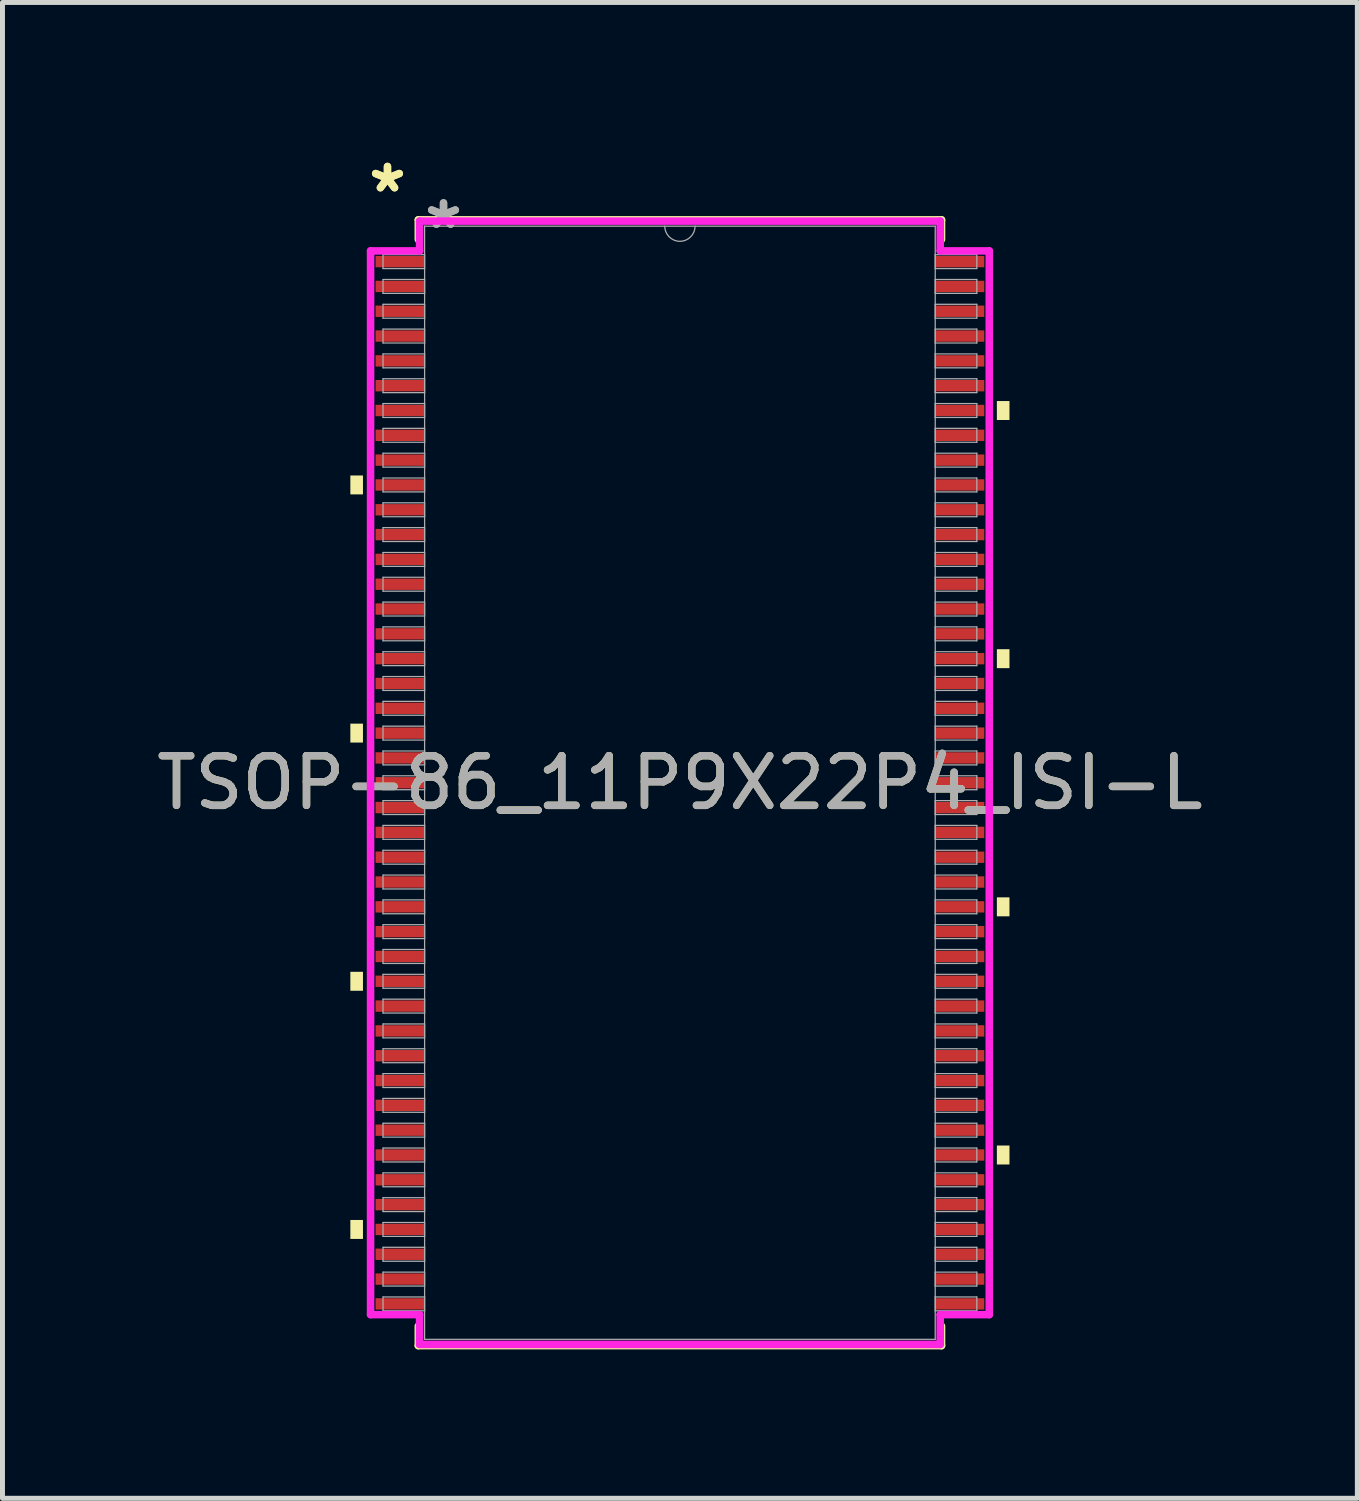
<source format=kicad_pcb>
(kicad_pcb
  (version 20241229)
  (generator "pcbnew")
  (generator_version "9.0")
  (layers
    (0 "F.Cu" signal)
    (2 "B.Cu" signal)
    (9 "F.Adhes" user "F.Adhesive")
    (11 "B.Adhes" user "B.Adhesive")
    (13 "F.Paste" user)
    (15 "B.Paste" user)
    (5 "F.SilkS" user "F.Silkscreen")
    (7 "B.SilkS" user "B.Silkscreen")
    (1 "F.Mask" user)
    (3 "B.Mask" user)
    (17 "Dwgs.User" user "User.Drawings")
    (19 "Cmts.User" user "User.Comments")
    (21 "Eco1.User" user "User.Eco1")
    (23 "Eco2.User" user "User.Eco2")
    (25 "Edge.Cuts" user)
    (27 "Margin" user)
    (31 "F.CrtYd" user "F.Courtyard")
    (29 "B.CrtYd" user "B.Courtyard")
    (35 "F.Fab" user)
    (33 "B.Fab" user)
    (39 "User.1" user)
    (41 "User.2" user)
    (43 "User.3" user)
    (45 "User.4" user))
  (footprint "TSOP-86_11P9X22P4_ISI-L"
    (layer "F.Cu")
    (at 10.649 12.721)
    (property "Reference" "TSOP-86_11P9X22P4_ISI-L" (at 0 0 0) (unlocked yes) (layer "F.SilkS") (effects (font (size 1 1) (thickness 0.15))))
    (attr smd)
    (fp_line (start -5.271 -11.341) (end -5.271 -10.947) (stroke (width 0.152) (type solid)) (layer "F.SilkS"))
    (fp_line (start -5.271 10.947) (end -5.271 11.341) (stroke (width 0.152) (type solid)) (layer "F.SilkS"))
    (fp_line (start -5.271 11.341) (end 5.271 11.341) (stroke (width 0.152) (type solid)) (layer "F.SilkS"))
    (fp_line (start 5.271 -11.341) (end -5.271 -11.341) (stroke (width 0.152) (type solid)) (layer "F.SilkS"))
    (fp_line (start 5.271 -10.947) (end 5.271 -11.341) (stroke (width 0.152) (type solid)) (layer "F.SilkS"))
    (fp_line (start 5.271 11.341) (end 5.271 10.947) (stroke (width 0.152) (type solid)) (layer "F.SilkS"))
    (fp_poly (pts (xy -6.64 -6.191) (xy -6.64 -5.81) (xy -6.386 -5.81) (xy -6.386 -6.191)) (stroke (width 0) (type solid)) (fill yes) (layer "F.SilkS"))
    (fp_poly (pts (xy -6.64 -1.191) (xy -6.64 -0.81) (xy -6.386 -0.81) (xy -6.386 -1.191)) (stroke (width 0) (type solid)) (fill yes) (layer "F.SilkS"))
    (fp_poly (pts (xy -6.64 3.809) (xy -6.64 4.191) (xy -6.386 4.191) (xy -6.386 3.809)) (stroke (width 0) (type solid)) (fill yes) (layer "F.SilkS"))
    (fp_poly (pts (xy -6.64 8.809) (xy -6.64 9.191) (xy -6.386 9.191) (xy -6.386 8.809)) (stroke (width 0) (type solid)) (fill yes) (layer "F.SilkS"))
    (fp_poly (pts (xy 6.64 -7.691) (xy 6.64 -7.309) (xy 6.386 -7.309) (xy 6.386 -7.691)) (stroke (width 0) (type solid)) (fill yes) (layer "F.SilkS"))
    (fp_poly (pts (xy 6.64 -2.691) (xy 6.64 -2.309) (xy 6.386 -2.309) (xy 6.386 -2.691)) (stroke (width 0) (type solid)) (fill yes) (layer "F.SilkS"))
    (fp_poly (pts (xy 6.64 2.309) (xy 6.64 2.691) (xy 6.386 2.691) (xy 6.386 2.309)) (stroke (width 0) (type solid)) (fill yes) (layer "F.SilkS"))
    (fp_poly (pts (xy 6.64 7.309) (xy 6.64 7.691) (xy 6.386 7.691) (xy 6.386 7.309)) (stroke (width 0) (type solid)) (fill yes) (layer "F.SilkS"))
    (fp_line (start -6.233 -10.716) (end -5.245 -10.716) (stroke (width 0.152) (type solid)) (layer "F.CrtYd"))
    (fp_line (start -6.233 10.716) (end -6.233 -10.716) (stroke (width 0.152) (type solid)) (layer "F.CrtYd"))
    (fp_line (start -6.233 10.716) (end -5.245 10.716) (stroke (width 0.152) (type solid)) (layer "F.CrtYd"))
    (fp_line (start -5.245 -11.316) (end 5.245 -11.316) (stroke (width 0.152) (type solid)) (layer "F.CrtYd"))
    (fp_line (start -5.245 -10.716) (end -5.245 -11.316) (stroke (width 0.152) (type solid)) (layer "F.CrtYd"))
    (fp_line (start -5.245 11.316) (end -5.245 10.716) (stroke (width 0.152) (type solid)) (layer "F.CrtYd"))
    (fp_line (start 5.245 -11.316) (end 5.245 -10.716) (stroke (width 0.152) (type solid)) (layer "F.CrtYd"))
    (fp_line (start 5.245 10.716) (end 5.245 11.316) (stroke (width 0.152) (type solid)) (layer "F.CrtYd"))
    (fp_line (start 5.245 11.316) (end -5.245 11.316) (stroke (width 0.152) (type solid)) (layer "F.CrtYd"))
    (fp_line (start 6.233 -10.716) (end 5.245 -10.716) (stroke (width 0.152) (type solid)) (layer "F.CrtYd"))
    (fp_line (start 6.233 -10.716) (end 6.233 10.716) (stroke (width 0.152) (type solid)) (layer "F.CrtYd"))
    (fp_line (start 6.233 10.716) (end 5.245 10.716) (stroke (width 0.152) (type solid)) (layer "F.CrtYd"))
    (fp_line (start -5.982 -10.64) (end -5.982 -10.36) (stroke (width 0.025) (type solid)) (layer "F.Fab"))
    (fp_line (start -5.982 -10.36) (end -5.144 -10.36) (stroke (width 0.025) (type solid)) (layer "F.Fab"))
    (fp_line (start -5.982 -10.14) (end -5.982 -9.86) (stroke (width 0.025) (type solid)) (layer "F.Fab"))
    (fp_line (start -5.982 -9.86) (end -5.144 -9.86) (stroke (width 0.025) (type solid)) (layer "F.Fab"))
    (fp_line (start -5.982 -9.64) (end -5.982 -9.36) (stroke (width 0.025) (type solid)) (layer "F.Fab"))
    (fp_line (start -5.982 -9.36) (end -5.144 -9.36) (stroke (width 0.025) (type solid)) (layer "F.Fab"))
    (fp_line (start -5.982 -9.14) (end -5.982 -8.86) (stroke (width 0.025) (type solid)) (layer "F.Fab"))
    (fp_line (start -5.982 -8.86) (end -5.144 -8.86) (stroke (width 0.025) (type solid)) (layer "F.Fab"))
    (fp_line (start -5.982 -8.64) (end -5.982 -8.36) (stroke (width 0.025) (type solid)) (layer "F.Fab"))
    (fp_line (start -5.982 -8.36) (end -5.144 -8.36) (stroke (width 0.025) (type solid)) (layer "F.Fab"))
    (fp_line (start -5.982 -8.14) (end -5.982 -7.86) (stroke (width 0.025) (type solid)) (layer "F.Fab"))
    (fp_line (start -5.982 -7.86) (end -5.144 -7.86) (stroke (width 0.025) (type solid)) (layer "F.Fab"))
    (fp_line (start -5.982 -7.64) (end -5.982 -7.36) (stroke (width 0.025) (type solid)) (layer "F.Fab"))
    (fp_line (start -5.982 -7.36) (end -5.144 -7.36) (stroke (width 0.025) (type solid)) (layer "F.Fab"))
    (fp_line (start -5.982 -7.14) (end -5.982 -6.86) (stroke (width 0.025) (type solid)) (layer "F.Fab"))
    (fp_line (start -5.982 -6.86) (end -5.144 -6.86) (stroke (width 0.025) (type solid)) (layer "F.Fab"))
    (fp_line (start -5.982 -6.64) (end -5.982 -6.36) (stroke (width 0.025) (type solid)) (layer "F.Fab"))
    (fp_line (start -5.982 -6.36) (end -5.144 -6.36) (stroke (width 0.025) (type solid)) (layer "F.Fab"))
    (fp_line (start -5.982 -6.14) (end -5.982 -5.86) (stroke (width 0.025) (type solid)) (layer "F.Fab"))
    (fp_line (start -5.982 -5.86) (end -5.144 -5.86) (stroke (width 0.025) (type solid)) (layer "F.Fab"))
    (fp_line (start -5.982 -5.64) (end -5.982 -5.36) (stroke (width 0.025) (type solid)) (layer "F.Fab"))
    (fp_line (start -5.982 -5.36) (end -5.144 -5.36) (stroke (width 0.025) (type solid)) (layer "F.Fab"))
    (fp_line (start -5.982 -5.14) (end -5.982 -4.86) (stroke (width 0.025) (type solid)) (layer "F.Fab"))
    (fp_line (start -5.982 -4.86) (end -5.144 -4.86) (stroke (width 0.025) (type solid)) (layer "F.Fab"))
    (fp_line (start -5.982 -4.64) (end -5.982 -4.36) (stroke (width 0.025) (type solid)) (layer "F.Fab"))
    (fp_line (start -5.982 -4.36) (end -5.144 -4.36) (stroke (width 0.025) (type solid)) (layer "F.Fab"))
    (fp_line (start -5.982 -4.14) (end -5.982 -3.86) (stroke (width 0.025) (type solid)) (layer "F.Fab"))
    (fp_line (start -5.982 -3.86) (end -5.144 -3.86) (stroke (width 0.025) (type solid)) (layer "F.Fab"))
    (fp_line (start -5.982 -3.64) (end -5.982 -3.36) (stroke (width 0.025) (type solid)) (layer "F.Fab"))
    (fp_line (start -5.982 -3.36) (end -5.144 -3.36) (stroke (width 0.025) (type solid)) (layer "F.Fab"))
    (fp_line (start -5.982 -3.14) (end -5.982 -2.86) (stroke (width 0.025) (type solid)) (layer "F.Fab"))
    (fp_line (start -5.982 -2.86) (end -5.144 -2.86) (stroke (width 0.025) (type solid)) (layer "F.Fab"))
    (fp_line (start -5.982 -2.64) (end -5.982 -2.36) (stroke (width 0.025) (type solid)) (layer "F.Fab"))
    (fp_line (start -5.982 -2.36) (end -5.144 -2.36) (stroke (width 0.025) (type solid)) (layer "F.Fab"))
    (fp_line (start -5.982 -2.14) (end -5.982 -1.86) (stroke (width 0.025) (type solid)) (layer "F.Fab"))
    (fp_line (start -5.982 -1.86) (end -5.144 -1.86) (stroke (width 0.025) (type solid)) (layer "F.Fab"))
    (fp_line (start -5.982 -1.64) (end -5.982 -1.36) (stroke (width 0.025) (type solid)) (layer "F.Fab"))
    (fp_line (start -5.982 -1.36) (end -5.144 -1.36) (stroke (width 0.025) (type solid)) (layer "F.Fab"))
    (fp_line (start -5.982 -1.14) (end -5.982 -0.86) (stroke (width 0.025) (type solid)) (layer "F.Fab"))
    (fp_line (start -5.982 -0.86) (end -5.144 -0.86) (stroke (width 0.025) (type solid)) (layer "F.Fab"))
    (fp_line (start -5.982 -0.64) (end -5.982 -0.36) (stroke (width 0.025) (type solid)) (layer "F.Fab"))
    (fp_line (start -5.982 -0.36) (end -5.144 -0.36) (stroke (width 0.025) (type solid)) (layer "F.Fab"))
    (fp_line (start -5.982 -0.14) (end -5.982 0.14) (stroke (width 0.025) (type solid)) (layer "F.Fab"))
    (fp_line (start -5.982 0.14) (end -5.144 0.14) (stroke (width 0.025) (type solid)) (layer "F.Fab"))
    (fp_line (start -5.982 0.36) (end -5.982 0.64) (stroke (width 0.025) (type solid)) (layer "F.Fab"))
    (fp_line (start -5.982 0.64) (end -5.144 0.64) (stroke (width 0.025) (type solid)) (layer "F.Fab"))
    (fp_line (start -5.982 0.86) (end -5.982 1.14) (stroke (width 0.025) (type solid)) (layer "F.Fab"))
    (fp_line (start -5.982 1.14) (end -5.144 1.14) (stroke (width 0.025) (type solid)) (layer "F.Fab"))
    (fp_line (start -5.982 1.36) (end -5.982 1.64) (stroke (width 0.025) (type solid)) (layer "F.Fab"))
    (fp_line (start -5.982 1.64) (end -5.144 1.64) (stroke (width 0.025) (type solid)) (layer "F.Fab"))
    (fp_line (start -5.982 1.86) (end -5.982 2.14) (stroke (width 0.025) (type solid)) (layer "F.Fab"))
    (fp_line (start -5.982 2.14) (end -5.144 2.14) (stroke (width 0.025) (type solid)) (layer "F.Fab"))
    (fp_line (start -5.982 2.36) (end -5.982 2.64) (stroke (width 0.025) (type solid)) (layer "F.Fab"))
    (fp_line (start -5.982 2.64) (end -5.144 2.64) (stroke (width 0.025) (type solid)) (layer "F.Fab"))
    (fp_line (start -5.982 2.86) (end -5.982 3.14) (stroke (width 0.025) (type solid)) (layer "F.Fab"))
    (fp_line (start -5.982 3.14) (end -5.144 3.14) (stroke (width 0.025) (type solid)) (layer "F.Fab"))
    (fp_line (start -5.982 3.36) (end -5.982 3.64) (stroke (width 0.025) (type solid)) (layer "F.Fab"))
    (fp_line (start -5.982 3.64) (end -5.144 3.64) (stroke (width 0.025) (type solid)) (layer "F.Fab"))
    (fp_line (start -5.982 3.86) (end -5.982 4.14) (stroke (width 0.025) (type solid)) (layer "F.Fab"))
    (fp_line (start -5.982 4.14) (end -5.144 4.14) (stroke (width 0.025) (type solid)) (layer "F.Fab"))
    (fp_line (start -5.982 4.36) (end -5.982 4.64) (stroke (width 0.025) (type solid)) (layer "F.Fab"))
    (fp_line (start -5.982 4.64) (end -5.144 4.64) (stroke (width 0.025) (type solid)) (layer "F.Fab"))
    (fp_line (start -5.982 4.86) (end -5.982 5.14) (stroke (width 0.025) (type solid)) (layer "F.Fab"))
    (fp_line (start -5.982 5.14) (end -5.144 5.14) (stroke (width 0.025) (type solid)) (layer "F.Fab"))
    (fp_line (start -5.982 5.36) (end -5.982 5.64) (stroke (width 0.025) (type solid)) (layer "F.Fab"))
    (fp_line (start -5.982 5.64) (end -5.144 5.64) (stroke (width 0.025) (type solid)) (layer "F.Fab"))
    (fp_line (start -5.982 5.86) (end -5.982 6.14) (stroke (width 0.025) (type solid)) (layer "F.Fab"))
    (fp_line (start -5.982 6.14) (end -5.144 6.14) (stroke (width 0.025) (type solid)) (layer "F.Fab"))
    (fp_line (start -5.982 6.36) (end -5.982 6.64) (stroke (width 0.025) (type solid)) (layer "F.Fab"))
    (fp_line (start -5.982 6.64) (end -5.144 6.64) (stroke (width 0.025) (type solid)) (layer "F.Fab"))
    (fp_line (start -5.982 6.86) (end -5.982 7.14) (stroke (width 0.025) (type solid)) (layer "F.Fab"))
    (fp_line (start -5.982 7.14) (end -5.144 7.14) (stroke (width 0.025) (type solid)) (layer "F.Fab"))
    (fp_line (start -5.982 7.36) (end -5.982 7.64) (stroke (width 0.025) (type solid)) (layer "F.Fab"))
    (fp_line (start -5.982 7.64) (end -5.144 7.64) (stroke (width 0.025) (type solid)) (layer "F.Fab"))
    (fp_line (start -5.982 7.86) (end -5.982 8.14) (stroke (width 0.025) (type solid)) (layer "F.Fab"))
    (fp_line (start -5.982 8.14) (end -5.144 8.14) (stroke (width 0.025) (type solid)) (layer "F.Fab"))
    (fp_line (start -5.982 8.36) (end -5.982 8.64) (stroke (width 0.025) (type solid)) (layer "F.Fab"))
    (fp_line (start -5.982 8.64) (end -5.144 8.64) (stroke (width 0.025) (type solid)) (layer "F.Fab"))
    (fp_line (start -5.982 8.86) (end -5.982 9.14) (stroke (width 0.025) (type solid)) (layer "F.Fab"))
    (fp_line (start -5.982 9.14) (end -5.144 9.14) (stroke (width 0.025) (type solid)) (layer "F.Fab"))
    (fp_line (start -5.982 9.36) (end -5.982 9.64) (stroke (width 0.025) (type solid)) (layer "F.Fab"))
    (fp_line (start -5.982 9.64) (end -5.144 9.64) (stroke (width 0.025) (type solid)) (layer "F.Fab"))
    (fp_line (start -5.982 9.86) (end -5.982 10.14) (stroke (width 0.025) (type solid)) (layer "F.Fab"))
    (fp_line (start -5.982 10.14) (end -5.144 10.14) (stroke (width 0.025) (type solid)) (layer "F.Fab"))
    (fp_line (start -5.982 10.36) (end -5.982 10.64) (stroke (width 0.025) (type solid)) (layer "F.Fab"))
    (fp_line (start -5.982 10.64) (end -5.144 10.64) (stroke (width 0.025) (type solid)) (layer "F.Fab"))
    (fp_line (start -5.144 -11.214) (end -5.144 11.214) (stroke (width 0.025) (type solid)) (layer "F.Fab"))
    (fp_line (start -5.144 -10.64) (end -5.982 -10.64) (stroke (width 0.025) (type solid)) (layer "F.Fab"))
    (fp_line (start -5.144 -10.36) (end -5.144 -10.64) (stroke (width 0.025) (type solid)) (layer "F.Fab"))
    (fp_line (start -5.144 -10.14) (end -5.982 -10.14) (stroke (width 0.025) (type solid)) (layer "F.Fab"))
    (fp_line (start -5.144 -9.86) (end -5.144 -10.14) (stroke (width 0.025) (type solid)) (layer "F.Fab"))
    (fp_line (start -5.144 -9.64) (end -5.982 -9.64) (stroke (width 0.025) (type solid)) (layer "F.Fab"))
    (fp_line (start -5.144 -9.36) (end -5.144 -9.64) (stroke (width 0.025) (type solid)) (layer "F.Fab"))
    (fp_line (start -5.144 -9.14) (end -5.982 -9.14) (stroke (width 0.025) (type solid)) (layer "F.Fab"))
    (fp_line (start -5.144 -8.86) (end -5.144 -9.14) (stroke (width 0.025) (type solid)) (layer "F.Fab"))
    (fp_line (start -5.144 -8.64) (end -5.982 -8.64) (stroke (width 0.025) (type solid)) (layer "F.Fab"))
    (fp_line (start -5.144 -8.36) (end -5.144 -8.64) (stroke (width 0.025) (type solid)) (layer "F.Fab"))
    (fp_line (start -5.144 -8.14) (end -5.982 -8.14) (stroke (width 0.025) (type solid)) (layer "F.Fab"))
    (fp_line (start -5.144 -7.86) (end -5.144 -8.14) (stroke (width 0.025) (type solid)) (layer "F.Fab"))
    (fp_line (start -5.144 -7.64) (end -5.982 -7.64) (stroke (width 0.025) (type solid)) (layer "F.Fab"))
    (fp_line (start -5.144 -7.36) (end -5.144 -7.64) (stroke (width 0.025) (type solid)) (layer "F.Fab"))
    (fp_line (start -5.144 -7.14) (end -5.982 -7.14) (stroke (width 0.025) (type solid)) (layer "F.Fab"))
    (fp_line (start -5.144 -6.86) (end -5.144 -7.14) (stroke (width 0.025) (type solid)) (layer "F.Fab"))
    (fp_line (start -5.144 -6.64) (end -5.982 -6.64) (stroke (width 0.025) (type solid)) (layer "F.Fab"))
    (fp_line (start -5.144 -6.36) (end -5.144 -6.64) (stroke (width 0.025) (type solid)) (layer "F.Fab"))
    (fp_line (start -5.144 -6.14) (end -5.982 -6.14) (stroke (width 0.025) (type solid)) (layer "F.Fab"))
    (fp_line (start -5.144 -5.86) (end -5.144 -6.14) (stroke (width 0.025) (type solid)) (layer "F.Fab"))
    (fp_line (start -5.144 -5.64) (end -5.982 -5.64) (stroke (width 0.025) (type solid)) (layer "F.Fab"))
    (fp_line (start -5.144 -5.36) (end -5.144 -5.64) (stroke (width 0.025) (type solid)) (layer "F.Fab"))
    (fp_line (start -5.144 -5.14) (end -5.982 -5.14) (stroke (width 0.025) (type solid)) (layer "F.Fab"))
    (fp_line (start -5.144 -4.86) (end -5.144 -5.14) (stroke (width 0.025) (type solid)) (layer "F.Fab"))
    (fp_line (start -5.144 -4.64) (end -5.982 -4.64) (stroke (width 0.025) (type solid)) (layer "F.Fab"))
    (fp_line (start -5.144 -4.36) (end -5.144 -4.64) (stroke (width 0.025) (type solid)) (layer "F.Fab"))
    (fp_line (start -5.144 -4.14) (end -5.982 -4.14) (stroke (width 0.025) (type solid)) (layer "F.Fab"))
    (fp_line (start -5.144 -3.86) (end -5.144 -4.14) (stroke (width 0.025) (type solid)) (layer "F.Fab"))
    (fp_line (start -5.144 -3.64) (end -5.982 -3.64) (stroke (width 0.025) (type solid)) (layer "F.Fab"))
    (fp_line (start -5.144 -3.36) (end -5.144 -3.64) (stroke (width 0.025) (type solid)) (layer "F.Fab"))
    (fp_line (start -5.144 -3.14) (end -5.982 -3.14) (stroke (width 0.025) (type solid)) (layer "F.Fab"))
    (fp_line (start -5.144 -2.86) (end -5.144 -3.14) (stroke (width 0.025) (type solid)) (layer "F.Fab"))
    (fp_line (start -5.144 -2.64) (end -5.982 -2.64) (stroke (width 0.025) (type solid)) (layer "F.Fab"))
    (fp_line (start -5.144 -2.36) (end -5.144 -2.64) (stroke (width 0.025) (type solid)) (layer "F.Fab"))
    (fp_line (start -5.144 -2.14) (end -5.982 -2.14) (stroke (width 0.025) (type solid)) (layer "F.Fab"))
    (fp_line (start -5.144 -1.86) (end -5.144 -2.14) (stroke (width 0.025) (type solid)) (layer "F.Fab"))
    (fp_line (start -5.144 -1.64) (end -5.982 -1.64) (stroke (width 0.025) (type solid)) (layer "F.Fab"))
    (fp_line (start -5.144 -1.36) (end -5.144 -1.64) (stroke (width 0.025) (type solid)) (layer "F.Fab"))
    (fp_line (start -5.144 -1.14) (end -5.982 -1.14) (stroke (width 0.025) (type solid)) (layer "F.Fab"))
    (fp_line (start -5.144 -0.86) (end -5.144 -1.14) (stroke (width 0.025) (type solid)) (layer "F.Fab"))
    (fp_line (start -5.144 -0.64) (end -5.982 -0.64) (stroke (width 0.025) (type solid)) (layer "F.Fab"))
    (fp_line (start -5.144 -0.36) (end -5.144 -0.64) (stroke (width 0.025) (type solid)) (layer "F.Fab"))
    (fp_line (start -5.144 -0.14) (end -5.982 -0.14) (stroke (width 0.025) (type solid)) (layer "F.Fab"))
    (fp_line (start -5.144 0.14) (end -5.144 -0.14) (stroke (width 0.025) (type solid)) (layer "F.Fab"))
    (fp_line (start -5.144 0.36) (end -5.982 0.36) (stroke (width 0.025) (type solid)) (layer "F.Fab"))
    (fp_line (start -5.144 0.64) (end -5.144 0.36) (stroke (width 0.025) (type solid)) (layer "F.Fab"))
    (fp_line (start -5.144 0.86) (end -5.982 0.86) (stroke (width 0.025) (type solid)) (layer "F.Fab"))
    (fp_line (start -5.144 1.14) (end -5.144 0.86) (stroke (width 0.025) (type solid)) (layer "F.Fab"))
    (fp_line (start -5.144 1.36) (end -5.982 1.36) (stroke (width 0.025) (type solid)) (layer "F.Fab"))
    (fp_line (start -5.144 1.64) (end -5.144 1.36) (stroke (width 0.025) (type solid)) (layer "F.Fab"))
    (fp_line (start -5.144 1.86) (end -5.982 1.86) (stroke (width 0.025) (type solid)) (layer "F.Fab"))
    (fp_line (start -5.144 2.14) (end -5.144 1.86) (stroke (width 0.025) (type solid)) (layer "F.Fab"))
    (fp_line (start -5.144 2.36) (end -5.982 2.36) (stroke (width 0.025) (type solid)) (layer "F.Fab"))
    (fp_line (start -5.144 2.64) (end -5.144 2.36) (stroke (width 0.025) (type solid)) (layer "F.Fab"))
    (fp_line (start -5.144 2.86) (end -5.982 2.86) (stroke (width 0.025) (type solid)) (layer "F.Fab"))
    (fp_line (start -5.144 3.14) (end -5.144 2.86) (stroke (width 0.025) (type solid)) (layer "F.Fab"))
    (fp_line (start -5.144 3.36) (end -5.982 3.36) (stroke (width 0.025) (type solid)) (layer "F.Fab"))
    (fp_line (start -5.144 3.64) (end -5.144 3.36) (stroke (width 0.025) (type solid)) (layer "F.Fab"))
    (fp_line (start -5.144 3.86) (end -5.982 3.86) (stroke (width 0.025) (type solid)) (layer "F.Fab"))
    (fp_line (start -5.144 4.14) (end -5.144 3.86) (stroke (width 0.025) (type solid)) (layer "F.Fab"))
    (fp_line (start -5.144 4.36) (end -5.982 4.36) (stroke (width 0.025) (type solid)) (layer "F.Fab"))
    (fp_line (start -5.144 4.64) (end -5.144 4.36) (stroke (width 0.025) (type solid)) (layer "F.Fab"))
    (fp_line (start -5.144 4.86) (end -5.982 4.86) (stroke (width 0.025) (type solid)) (layer "F.Fab"))
    (fp_line (start -5.144 5.14) (end -5.144 4.86) (stroke (width 0.025) (type solid)) (layer "F.Fab"))
    (fp_line (start -5.144 5.36) (end -5.982 5.36) (stroke (width 0.025) (type solid)) (layer "F.Fab"))
    (fp_line (start -5.144 5.64) (end -5.144 5.36) (stroke (width 0.025) (type solid)) (layer "F.Fab"))
    (fp_line (start -5.144 5.86) (end -5.982 5.86) (stroke (width 0.025) (type solid)) (layer "F.Fab"))
    (fp_line (start -5.144 6.14) (end -5.144 5.86) (stroke (width 0.025) (type solid)) (layer "F.Fab"))
    (fp_line (start -5.144 6.36) (end -5.982 6.36) (stroke (width 0.025) (type solid)) (layer "F.Fab"))
    (fp_line (start -5.144 6.64) (end -5.144 6.36) (stroke (width 0.025) (type solid)) (layer "F.Fab"))
    (fp_line (start -5.144 6.86) (end -5.982 6.86) (stroke (width 0.025) (type solid)) (layer "F.Fab"))
    (fp_line (start -5.144 7.14) (end -5.144 6.86) (stroke (width 0.025) (type solid)) (layer "F.Fab"))
    (fp_line (start -5.144 7.36) (end -5.982 7.36) (stroke (width 0.025) (type solid)) (layer "F.Fab"))
    (fp_line (start -5.144 7.64) (end -5.144 7.36) (stroke (width 0.025) (type solid)) (layer "F.Fab"))
    (fp_line (start -5.144 7.86) (end -5.982 7.86) (stroke (width 0.025) (type solid)) (layer "F.Fab"))
    (fp_line (start -5.144 8.14) (end -5.144 7.86) (stroke (width 0.025) (type solid)) (layer "F.Fab"))
    (fp_line (start -5.144 8.36) (end -5.982 8.36) (stroke (width 0.025) (type solid)) (layer "F.Fab"))
    (fp_line (start -5.144 8.64) (end -5.144 8.36) (stroke (width 0.025) (type solid)) (layer "F.Fab"))
    (fp_line (start -5.144 8.86) (end -5.982 8.86) (stroke (width 0.025) (type solid)) (layer "F.Fab"))
    (fp_line (start -5.144 9.14) (end -5.144 8.86) (stroke (width 0.025) (type solid)) (layer "F.Fab"))
    (fp_line (start -5.144 9.36) (end -5.982 9.36) (stroke (width 0.025) (type solid)) (layer "F.Fab"))
    (fp_line (start -5.144 9.64) (end -5.144 9.36) (stroke (width 0.025) (type solid)) (layer "F.Fab"))
    (fp_line (start -5.144 9.86) (end -5.982 9.86) (stroke (width 0.025) (type solid)) (layer "F.Fab"))
    (fp_line (start -5.144 10.14) (end -5.144 9.86) (stroke (width 0.025) (type solid)) (layer "F.Fab"))
    (fp_line (start -5.144 10.36) (end -5.982 10.36) (stroke (width 0.025) (type solid)) (layer "F.Fab"))
    (fp_line (start -5.144 10.64) (end -5.144 10.36) (stroke (width 0.025) (type solid)) (layer "F.Fab"))
    (fp_line (start -5.144 11.214) (end 5.144 11.214) (stroke (width 0.025) (type solid)) (layer "F.Fab"))
    (fp_line (start 5.144 -11.214) (end -5.144 -11.214) (stroke (width 0.025) (type solid)) (layer "F.Fab"))
    (fp_line (start 5.144 -10.64) (end 5.144 -10.36) (stroke (width 0.025) (type solid)) (layer "F.Fab"))
    (fp_line (start 5.144 -10.36) (end 5.982 -10.36) (stroke (width 0.025) (type solid)) (layer "F.Fab"))
    (fp_line (start 5.144 -10.14) (end 5.144 -9.86) (stroke (width 0.025) (type solid)) (layer "F.Fab"))
    (fp_line (start 5.144 -9.86) (end 5.982 -9.86) (stroke (width 0.025) (type solid)) (layer "F.Fab"))
    (fp_line (start 5.144 -9.64) (end 5.144 -9.36) (stroke (width 0.025) (type solid)) (layer "F.Fab"))
    (fp_line (start 5.144 -9.36) (end 5.982 -9.36) (stroke (width 0.025) (type solid)) (layer "F.Fab"))
    (fp_line (start 5.144 -9.14) (end 5.144 -8.86) (stroke (width 0.025) (type solid)) (layer "F.Fab"))
    (fp_line (start 5.144 -8.86) (end 5.982 -8.86) (stroke (width 0.025) (type solid)) (layer "F.Fab"))
    (fp_line (start 5.144 -8.64) (end 5.144 -8.36) (stroke (width 0.025) (type solid)) (layer "F.Fab"))
    (fp_line (start 5.144 -8.36) (end 5.982 -8.36) (stroke (width 0.025) (type solid)) (layer "F.Fab"))
    (fp_line (start 5.144 -8.14) (end 5.144 -7.86) (stroke (width 0.025) (type solid)) (layer "F.Fab"))
    (fp_line (start 5.144 -7.86) (end 5.982 -7.86) (stroke (width 0.025) (type solid)) (layer "F.Fab"))
    (fp_line (start 5.144 -7.64) (end 5.144 -7.36) (stroke (width 0.025) (type solid)) (layer "F.Fab"))
    (fp_line (start 5.144 -7.36) (end 5.982 -7.36) (stroke (width 0.025) (type solid)) (layer "F.Fab"))
    (fp_line (start 5.144 -7.14) (end 5.144 -6.86) (stroke (width 0.025) (type solid)) (layer "F.Fab"))
    (fp_line (start 5.144 -6.86) (end 5.982 -6.86) (stroke (width 0.025) (type solid)) (layer "F.Fab"))
    (fp_line (start 5.144 -6.64) (end 5.144 -6.36) (stroke (width 0.025) (type solid)) (layer "F.Fab"))
    (fp_line (start 5.144 -6.36) (end 5.982 -6.36) (stroke (width 0.025) (type solid)) (layer "F.Fab"))
    (fp_line (start 5.144 -6.14) (end 5.144 -5.86) (stroke (width 0.025) (type solid)) (layer "F.Fab"))
    (fp_line (start 5.144 -5.86) (end 5.982 -5.86) (stroke (width 0.025) (type solid)) (layer "F.Fab"))
    (fp_line (start 5.144 -5.64) (end 5.144 -5.36) (stroke (width 0.025) (type solid)) (layer "F.Fab"))
    (fp_line (start 5.144 -5.36) (end 5.982 -5.36) (stroke (width 0.025) (type solid)) (layer "F.Fab"))
    (fp_line (start 5.144 -5.14) (end 5.144 -4.86) (stroke (width 0.025) (type solid)) (layer "F.Fab"))
    (fp_line (start 5.144 -4.86) (end 5.982 -4.86) (stroke (width 0.025) (type solid)) (layer "F.Fab"))
    (fp_line (start 5.144 -4.64) (end 5.144 -4.36) (stroke (width 0.025) (type solid)) (layer "F.Fab"))
    (fp_line (start 5.144 -4.36) (end 5.982 -4.36) (stroke (width 0.025) (type solid)) (layer "F.Fab"))
    (fp_line (start 5.144 -4.14) (end 5.144 -3.86) (stroke (width 0.025) (type solid)) (layer "F.Fab"))
    (fp_line (start 5.144 -3.86) (end 5.982 -3.86) (stroke (width 0.025) (type solid)) (layer "F.Fab"))
    (fp_line (start 5.144 -3.64) (end 5.144 -3.36) (stroke (width 0.025) (type solid)) (layer "F.Fab"))
    (fp_line (start 5.144 -3.36) (end 5.982 -3.36) (stroke (width 0.025) (type solid)) (layer "F.Fab"))
    (fp_line (start 5.144 -3.14) (end 5.144 -2.86) (stroke (width 0.025) (type solid)) (layer "F.Fab"))
    (fp_line (start 5.144 -2.86) (end 5.982 -2.86) (stroke (width 0.025) (type solid)) (layer "F.Fab"))
    (fp_line (start 5.144 -2.64) (end 5.144 -2.36) (stroke (width 0.025) (type solid)) (layer "F.Fab"))
    (fp_line (start 5.144 -2.36) (end 5.982 -2.36) (stroke (width 0.025) (type solid)) (layer "F.Fab"))
    (fp_line (start 5.144 -2.14) (end 5.144 -1.86) (stroke (width 0.025) (type solid)) (layer "F.Fab"))
    (fp_line (start 5.144 -1.86) (end 5.982 -1.86) (stroke (width 0.025) (type solid)) (layer "F.Fab"))
    (fp_line (start 5.144 -1.64) (end 5.144 -1.36) (stroke (width 0.025) (type solid)) (layer "F.Fab"))
    (fp_line (start 5.144 -1.36) (end 5.982 -1.36) (stroke (width 0.025) (type solid)) (layer "F.Fab"))
    (fp_line (start 5.144 -1.14) (end 5.144 -0.86) (stroke (width 0.025) (type solid)) (layer "F.Fab"))
    (fp_line (start 5.144 -0.86) (end 5.982 -0.86) (stroke (width 0.025) (type solid)) (layer "F.Fab"))
    (fp_line (start 5.144 -0.64) (end 5.144 -0.36) (stroke (width 0.025) (type solid)) (layer "F.Fab"))
    (fp_line (start 5.144 -0.36) (end 5.982 -0.36) (stroke (width 0.025) (type solid)) (layer "F.Fab"))
    (fp_line (start 5.144 -0.14) (end 5.144 0.14) (stroke (width 0.025) (type solid)) (layer "F.Fab"))
    (fp_line (start 5.144 0.14) (end 5.982 0.14) (stroke (width 0.025) (type solid)) (layer "F.Fab"))
    (fp_line (start 5.144 0.36) (end 5.144 0.64) (stroke (width 0.025) (type solid)) (layer "F.Fab"))
    (fp_line (start 5.144 0.64) (end 5.982 0.64) (stroke (width 0.025) (type solid)) (layer "F.Fab"))
    (fp_line (start 5.144 0.86) (end 5.144 1.14) (stroke (width 0.025) (type solid)) (layer "F.Fab"))
    (fp_line (start 5.144 1.14) (end 5.982 1.14) (stroke (width 0.025) (type solid)) (layer "F.Fab"))
    (fp_line (start 5.144 1.36) (end 5.144 1.64) (stroke (width 0.025) (type solid)) (layer "F.Fab"))
    (fp_line (start 5.144 1.64) (end 5.982 1.64) (stroke (width 0.025) (type solid)) (layer "F.Fab"))
    (fp_line (start 5.144 1.86) (end 5.144 2.14) (stroke (width 0.025) (type solid)) (layer "F.Fab"))
    (fp_line (start 5.144 2.14) (end 5.982 2.14) (stroke (width 0.025) (type solid)) (layer "F.Fab"))
    (fp_line (start 5.144 2.36) (end 5.144 2.64) (stroke (width 0.025) (type solid)) (layer "F.Fab"))
    (fp_line (start 5.144 2.64) (end 5.982 2.64) (stroke (width 0.025) (type solid)) (layer "F.Fab"))
    (fp_line (start 5.144 2.86) (end 5.144 3.14) (stroke (width 0.025) (type solid)) (layer "F.Fab"))
    (fp_line (start 5.144 3.14) (end 5.982 3.14) (stroke (width 0.025) (type solid)) (layer "F.Fab"))
    (fp_line (start 5.144 3.36) (end 5.144 3.64) (stroke (width 0.025) (type solid)) (layer "F.Fab"))
    (fp_line (start 5.144 3.64) (end 5.982 3.64) (stroke (width 0.025) (type solid)) (layer "F.Fab"))
    (fp_line (start 5.144 3.86) (end 5.144 4.14) (stroke (width 0.025) (type solid)) (layer "F.Fab"))
    (fp_line (start 5.144 4.14) (end 5.982 4.14) (stroke (width 0.025) (type solid)) (layer "F.Fab"))
    (fp_line (start 5.144 4.36) (end 5.144 4.64) (stroke (width 0.025) (type solid)) (layer "F.Fab"))
    (fp_line (start 5.144 4.64) (end 5.982 4.64) (stroke (width 0.025) (type solid)) (layer "F.Fab"))
    (fp_line (start 5.144 4.86) (end 5.144 5.14) (stroke (width 0.025) (type solid)) (layer "F.Fab"))
    (fp_line (start 5.144 5.14) (end 5.982 5.14) (stroke (width 0.025) (type solid)) (layer "F.Fab"))
    (fp_line (start 5.144 5.36) (end 5.144 5.64) (stroke (width 0.025) (type solid)) (layer "F.Fab"))
    (fp_line (start 5.144 5.64) (end 5.982 5.64) (stroke (width 0.025) (type solid)) (layer "F.Fab"))
    (fp_line (start 5.144 5.86) (end 5.144 6.14) (stroke (width 0.025) (type solid)) (layer "F.Fab"))
    (fp_line (start 5.144 6.14) (end 5.982 6.14) (stroke (width 0.025) (type solid)) (layer "F.Fab"))
    (fp_line (start 5.144 6.36) (end 5.144 6.64) (stroke (width 0.025) (type solid)) (layer "F.Fab"))
    (fp_line (start 5.144 6.64) (end 5.982 6.64) (stroke (width 0.025) (type solid)) (layer "F.Fab"))
    (fp_line (start 5.144 6.86) (end 5.144 7.14) (stroke (width 0.025) (type solid)) (layer "F.Fab"))
    (fp_line (start 5.144 7.14) (end 5.982 7.14) (stroke (width 0.025) (type solid)) (layer "F.Fab"))
    (fp_line (start 5.144 7.36) (end 5.144 7.64) (stroke (width 0.025) (type solid)) (layer "F.Fab"))
    (fp_line (start 5.144 7.64) (end 5.982 7.64) (stroke (width 0.025) (type solid)) (layer "F.Fab"))
    (fp_line (start 5.144 7.86) (end 5.144 8.14) (stroke (width 0.025) (type solid)) (layer "F.Fab"))
    (fp_line (start 5.144 8.14) (end 5.982 8.14) (stroke (width 0.025) (type solid)) (layer "F.Fab"))
    (fp_line (start 5.144 8.36) (end 5.144 8.64) (stroke (width 0.025) (type solid)) (layer "F.Fab"))
    (fp_line (start 5.144 8.64) (end 5.982 8.64) (stroke (width 0.025) (type solid)) (layer "F.Fab"))
    (fp_line (start 5.144 8.86) (end 5.144 9.14) (stroke (width 0.025) (type solid)) (layer "F.Fab"))
    (fp_line (start 5.144 9.14) (end 5.982 9.14) (stroke (width 0.025) (type solid)) (layer "F.Fab"))
    (fp_line (start 5.144 9.36) (end 5.144 9.64) (stroke (width 0.025) (type solid)) (layer "F.Fab"))
    (fp_line (start 5.144 9.64) (end 5.982 9.64) (stroke (width 0.025) (type solid)) (layer "F.Fab"))
    (fp_line (start 5.144 9.86) (end 5.144 10.14) (stroke (width 0.025) (type solid)) (layer "F.Fab"))
    (fp_line (start 5.144 10.14) (end 5.982 10.14) (stroke (width 0.025) (type solid)) (layer "F.Fab"))
    (fp_line (start 5.144 10.36) (end 5.144 10.64) (stroke (width 0.025) (type solid)) (layer "F.Fab"))
    (fp_line (start 5.144 10.64) (end 5.982 10.64) (stroke (width 0.025) (type solid)) (layer "F.Fab"))
    (fp_line (start 5.144 11.214) (end 5.144 -11.214) (stroke (width 0.025) (type solid)) (layer "F.Fab"))
    (fp_line (start 5.982 -10.64) (end 5.144 -10.64) (stroke (width 0.025) (type solid)) (layer "F.Fab"))
    (fp_line (start 5.982 -10.36) (end 5.982 -10.64) (stroke (width 0.025) (type solid)) (layer "F.Fab"))
    (fp_line (start 5.982 -10.14) (end 5.144 -10.14) (stroke (width 0.025) (type solid)) (layer "F.Fab"))
    (fp_line (start 5.982 -9.86) (end 5.982 -10.14) (stroke (width 0.025) (type solid)) (layer "F.Fab"))
    (fp_line (start 5.982 -9.64) (end 5.144 -9.64) (stroke (width 0.025) (type solid)) (layer "F.Fab"))
    (fp_line (start 5.982 -9.36) (end 5.982 -9.64) (stroke (width 0.025) (type solid)) (layer "F.Fab"))
    (fp_line (start 5.982 -9.14) (end 5.144 -9.14) (stroke (width 0.025) (type solid)) (layer "F.Fab"))
    (fp_line (start 5.982 -8.86) (end 5.982 -9.14) (stroke (width 0.025) (type solid)) (layer "F.Fab"))
    (fp_line (start 5.982 -8.64) (end 5.144 -8.64) (stroke (width 0.025) (type solid)) (layer "F.Fab"))
    (fp_line (start 5.982 -8.36) (end 5.982 -8.64) (stroke (width 0.025) (type solid)) (layer "F.Fab"))
    (fp_line (start 5.982 -8.14) (end 5.144 -8.14) (stroke (width 0.025) (type solid)) (layer "F.Fab"))
    (fp_line (start 5.982 -7.86) (end 5.982 -8.14) (stroke (width 0.025) (type solid)) (layer "F.Fab"))
    (fp_line (start 5.982 -7.64) (end 5.144 -7.64) (stroke (width 0.025) (type solid)) (layer "F.Fab"))
    (fp_line (start 5.982 -7.36) (end 5.982 -7.64) (stroke (width 0.025) (type solid)) (layer "F.Fab"))
    (fp_line (start 5.982 -7.14) (end 5.144 -7.14) (stroke (width 0.025) (type solid)) (layer "F.Fab"))
    (fp_line (start 5.982 -6.86) (end 5.982 -7.14) (stroke (width 0.025) (type solid)) (layer "F.Fab"))
    (fp_line (start 5.982 -6.64) (end 5.144 -6.64) (stroke (width 0.025) (type solid)) (layer "F.Fab"))
    (fp_line (start 5.982 -6.36) (end 5.982 -6.64) (stroke (width 0.025) (type solid)) (layer "F.Fab"))
    (fp_line (start 5.982 -6.14) (end 5.144 -6.14) (stroke (width 0.025) (type solid)) (layer "F.Fab"))
    (fp_line (start 5.982 -5.86) (end 5.982 -6.14) (stroke (width 0.025) (type solid)) (layer "F.Fab"))
    (fp_line (start 5.982 -5.64) (end 5.144 -5.64) (stroke (width 0.025) (type solid)) (layer "F.Fab"))
    (fp_line (start 5.982 -5.36) (end 5.982 -5.64) (stroke (width 0.025) (type solid)) (layer "F.Fab"))
    (fp_line (start 5.982 -5.14) (end 5.144 -5.14) (stroke (width 0.025) (type solid)) (layer "F.Fab"))
    (fp_line (start 5.982 -4.86) (end 5.982 -5.14) (stroke (width 0.025) (type solid)) (layer "F.Fab"))
    (fp_line (start 5.982 -4.64) (end 5.144 -4.64) (stroke (width 0.025) (type solid)) (layer "F.Fab"))
    (fp_line (start 5.982 -4.36) (end 5.982 -4.64) (stroke (width 0.025) (type solid)) (layer "F.Fab"))
    (fp_line (start 5.982 -4.14) (end 5.144 -4.14) (stroke (width 0.025) (type solid)) (layer "F.Fab"))
    (fp_line (start 5.982 -3.86) (end 5.982 -4.14) (stroke (width 0.025) (type solid)) (layer "F.Fab"))
    (fp_line (start 5.982 -3.64) (end 5.144 -3.64) (stroke (width 0.025) (type solid)) (layer "F.Fab"))
    (fp_line (start 5.982 -3.36) (end 5.982 -3.64) (stroke (width 0.025) (type solid)) (layer "F.Fab"))
    (fp_line (start 5.982 -3.14) (end 5.144 -3.14) (stroke (width 0.025) (type solid)) (layer "F.Fab"))
    (fp_line (start 5.982 -2.86) (end 5.982 -3.14) (stroke (width 0.025) (type solid)) (layer "F.Fab"))
    (fp_line (start 5.982 -2.64) (end 5.144 -2.64) (stroke (width 0.025) (type solid)) (layer "F.Fab"))
    (fp_line (start 5.982 -2.36) (end 5.982 -2.64) (stroke (width 0.025) (type solid)) (layer "F.Fab"))
    (fp_line (start 5.982 -2.14) (end 5.144 -2.14) (stroke (width 0.025) (type solid)) (layer "F.Fab"))
    (fp_line (start 5.982 -1.86) (end 5.982 -2.14) (stroke (width 0.025) (type solid)) (layer "F.Fab"))
    (fp_line (start 5.982 -1.64) (end 5.144 -1.64) (stroke (width 0.025) (type solid)) (layer "F.Fab"))
    (fp_line (start 5.982 -1.36) (end 5.982 -1.64) (stroke (width 0.025) (type solid)) (layer "F.Fab"))
    (fp_line (start 5.982 -1.14) (end 5.144 -1.14) (stroke (width 0.025) (type solid)) (layer "F.Fab"))
    (fp_line (start 5.982 -0.86) (end 5.982 -1.14) (stroke (width 0.025) (type solid)) (layer "F.Fab"))
    (fp_line (start 5.982 -0.64) (end 5.144 -0.64) (stroke (width 0.025) (type solid)) (layer "F.Fab"))
    (fp_line (start 5.982 -0.36) (end 5.982 -0.64) (stroke (width 0.025) (type solid)) (layer "F.Fab"))
    (fp_line (start 5.982 -0.14) (end 5.144 -0.14) (stroke (width 0.025) (type solid)) (layer "F.Fab"))
    (fp_line (start 5.982 0.14) (end 5.982 -0.14) (stroke (width 0.025) (type solid)) (layer "F.Fab"))
    (fp_line (start 5.982 0.36) (end 5.144 0.36) (stroke (width 0.025) (type solid)) (layer "F.Fab"))
    (fp_line (start 5.982 0.64) (end 5.982 0.36) (stroke (width 0.025) (type solid)) (layer "F.Fab"))
    (fp_line (start 5.982 0.86) (end 5.144 0.86) (stroke (width 0.025) (type solid)) (layer "F.Fab"))
    (fp_line (start 5.982 1.14) (end 5.982 0.86) (stroke (width 0.025) (type solid)) (layer "F.Fab"))
    (fp_line (start 5.982 1.36) (end 5.144 1.36) (stroke (width 0.025) (type solid)) (layer "F.Fab"))
    (fp_line (start 5.982 1.64) (end 5.982 1.36) (stroke (width 0.025) (type solid)) (layer "F.Fab"))
    (fp_line (start 5.982 1.86) (end 5.144 1.86) (stroke (width 0.025) (type solid)) (layer "F.Fab"))
    (fp_line (start 5.982 2.14) (end 5.982 1.86) (stroke (width 0.025) (type solid)) (layer "F.Fab"))
    (fp_line (start 5.982 2.36) (end 5.144 2.36) (stroke (width 0.025) (type solid)) (layer "F.Fab"))
    (fp_line (start 5.982 2.64) (end 5.982 2.36) (stroke (width 0.025) (type solid)) (layer "F.Fab"))
    (fp_line (start 5.982 2.86) (end 5.144 2.86) (stroke (width 0.025) (type solid)) (layer "F.Fab"))
    (fp_line (start 5.982 3.14) (end 5.982 2.86) (stroke (width 0.025) (type solid)) (layer "F.Fab"))
    (fp_line (start 5.982 3.36) (end 5.144 3.36) (stroke (width 0.025) (type solid)) (layer "F.Fab"))
    (fp_line (start 5.982 3.64) (end 5.982 3.36) (stroke (width 0.025) (type solid)) (layer "F.Fab"))
    (fp_line (start 5.982 3.86) (end 5.144 3.86) (stroke (width 0.025) (type solid)) (layer "F.Fab"))
    (fp_line (start 5.982 4.14) (end 5.982 3.86) (stroke (width 0.025) (type solid)) (layer "F.Fab"))
    (fp_line (start 5.982 4.36) (end 5.144 4.36) (stroke (width 0.025) (type solid)) (layer "F.Fab"))
    (fp_line (start 5.982 4.64) (end 5.982 4.36) (stroke (width 0.025) (type solid)) (layer "F.Fab"))
    (fp_line (start 5.982 4.86) (end 5.144 4.86) (stroke (width 0.025) (type solid)) (layer "F.Fab"))
    (fp_line (start 5.982 5.14) (end 5.982 4.86) (stroke (width 0.025) (type solid)) (layer "F.Fab"))
    (fp_line (start 5.982 5.36) (end 5.144 5.36) (stroke (width 0.025) (type solid)) (layer "F.Fab"))
    (fp_line (start 5.982 5.64) (end 5.982 5.36) (stroke (width 0.025) (type solid)) (layer "F.Fab"))
    (fp_line (start 5.982 5.86) (end 5.144 5.86) (stroke (width 0.025) (type solid)) (layer "F.Fab"))
    (fp_line (start 5.982 6.14) (end 5.982 5.86) (stroke (width 0.025) (type solid)) (layer "F.Fab"))
    (fp_line (start 5.982 6.36) (end 5.144 6.36) (stroke (width 0.025) (type solid)) (layer "F.Fab"))
    (fp_line (start 5.982 6.64) (end 5.982 6.36) (stroke (width 0.025) (type solid)) (layer "F.Fab"))
    (fp_line (start 5.982 6.86) (end 5.144 6.86) (stroke (width 0.025) (type solid)) (layer "F.Fab"))
    (fp_line (start 5.982 7.14) (end 5.982 6.86) (stroke (width 0.025) (type solid)) (layer "F.Fab"))
    (fp_line (start 5.982 7.36) (end 5.144 7.36) (stroke (width 0.025) (type solid)) (layer "F.Fab"))
    (fp_line (start 5.982 7.64) (end 5.982 7.36) (stroke (width 0.025) (type solid)) (layer "F.Fab"))
    (fp_line (start 5.982 7.86) (end 5.144 7.86) (stroke (width 0.025) (type solid)) (layer "F.Fab"))
    (fp_line (start 5.982 8.14) (end 5.982 7.86) (stroke (width 0.025) (type solid)) (layer "F.Fab"))
    (fp_line (start 5.982 8.36) (end 5.144 8.36) (stroke (width 0.025) (type solid)) (layer "F.Fab"))
    (fp_line (start 5.982 8.64) (end 5.982 8.36) (stroke (width 0.025) (type solid)) (layer "F.Fab"))
    (fp_line (start 5.982 8.86) (end 5.144 8.86) (stroke (width 0.025) (type solid)) (layer "F.Fab"))
    (fp_line (start 5.982 9.14) (end 5.982 8.86) (stroke (width 0.025) (type solid)) (layer "F.Fab"))
    (fp_line (start 5.982 9.36) (end 5.144 9.36) (stroke (width 0.025) (type solid)) (layer "F.Fab"))
    (fp_line (start 5.982 9.64) (end 5.982 9.36) (stroke (width 0.025) (type solid)) (layer "F.Fab"))
    (fp_line (start 5.982 9.86) (end 5.144 9.86) (stroke (width 0.025) (type solid)) (layer "F.Fab"))
    (fp_line (start 5.982 10.14) (end 5.982 9.86) (stroke (width 0.025) (type solid)) (layer "F.Fab"))
    (fp_line (start 5.982 10.36) (end 5.144 10.36) (stroke (width 0.025) (type solid)) (layer "F.Fab"))
    (fp_line (start 5.982 10.64) (end 5.982 10.36) (stroke (width 0.025) (type solid)) (layer "F.Fab"))
    (fp_arc (start 0.3048 -11.2141) (mid 0 -10.9093) (end -0.3048 -11.2141) (stroke (width 0.0254) (type solid)) (layer "F.Fab"))
    (fp_text user "*" (at -5.892 -11.872 0) (unlocked yes) (layer "F.SilkS") (effects (font (size 1 1) (thickness 0.15))))
    (fp_text user "*" (at -5.892 -11.872 0) (layer "F.SilkS") (effects (font (size 1 1) (thickness 0.15))))
    (fp_text user "${REFERENCE}" (at 0 0 0) (unlocked yes) (layer "F.Fab") (effects (font (size 1 1) (thickness 0.15))))
    (fp_text user "*" (at -4.763 -11.138 0) (unlocked yes) (layer "F.Fab") (effects (font (size 1 1) (thickness 0.15))))
    (fp_text user "*" (at -4.763 -11.138 0) (layer "F.Fab") (effects (font (size 1 1) (thickness 0.15))))
    (pad "1" smd rect (at -5.638 -10.5) (size 0.988 0.229) (layers "F.Cu" "F.Mask" "F.Paste"))
    (pad "2" smd rect (at -5.638 -10) (size 0.988 0.229) (layers "F.Cu" "F.Mask" "F.Paste"))
    (pad "3" smd rect (at -5.638 -9.5) (size 0.988 0.229) (layers "F.Cu" "F.Mask" "F.Paste"))
    (pad "4" smd rect (at -5.638 -9) (size 0.988 0.229) (layers "F.Cu" "F.Mask" "F.Paste"))
    (pad "5" smd rect (at -5.638 -8.5) (size 0.988 0.229) (layers "F.Cu" "F.Mask" "F.Paste"))
    (pad "6" smd rect (at -5.638 -8) (size 0.988 0.229) (layers "F.Cu" "F.Mask" "F.Paste"))
    (pad "7" smd rect (at -5.638 -7.5) (size 0.988 0.229) (layers "F.Cu" "F.Mask" "F.Paste"))
    (pad "8" smd rect (at -5.638 -7) (size 0.988 0.229) (layers "F.Cu" "F.Mask" "F.Paste"))
    (pad "9" smd rect (at -5.638 -6.5) (size 0.988 0.229) (layers "F.Cu" "F.Mask" "F.Paste"))
    (pad "10" smd rect (at -5.638 -6) (size 0.988 0.229) (layers "F.Cu" "F.Mask" "F.Paste"))
    (pad "11" smd rect (at -5.638 -5.5) (size 0.988 0.229) (layers "F.Cu" "F.Mask" "F.Paste"))
    (pad "12" smd rect (at -5.638 -5) (size 0.988 0.229) (layers "F.Cu" "F.Mask" "F.Paste"))
    (pad "13" smd rect (at -5.638 -4.5) (size 0.988 0.229) (layers "F.Cu" "F.Mask" "F.Paste"))
    (pad "14" smd rect (at -5.638 -4) (size 0.988 0.229) (layers "F.Cu" "F.Mask" "F.Paste"))
    (pad "15" smd rect (at -5.638 -3.5) (size 0.988 0.229) (layers "F.Cu" "F.Mask" "F.Paste"))
    (pad "16" smd rect (at -5.638 -3) (size 0.988 0.229) (layers "F.Cu" "F.Mask" "F.Paste"))
    (pad "17" smd rect (at -5.638 -2.5) (size 0.988 0.229) (layers "F.Cu" "F.Mask" "F.Paste"))
    (pad "18" smd rect (at -5.638 -2) (size 0.988 0.229) (layers "F.Cu" "F.Mask" "F.Paste"))
    (pad "19" smd rect (at -5.638 -1.5) (size 0.988 0.229) (layers "F.Cu" "F.Mask" "F.Paste"))
    (pad "20" smd rect (at -5.638 -1) (size 0.988 0.229) (layers "F.Cu" "F.Mask" "F.Paste"))
    (pad "21" smd rect (at -5.638 -0.5) (size 0.988 0.229) (layers "F.Cu" "F.Mask" "F.Paste"))
    (pad "22" smd rect (at -5.638 0) (size 0.988 0.229) (layers "F.Cu" "F.Mask" "F.Paste"))
    (pad "23" smd rect (at -5.638 0.5) (size 0.988 0.229) (layers "F.Cu" "F.Mask" "F.Paste"))
    (pad "24" smd rect (at -5.638 1) (size 0.988 0.229) (layers "F.Cu" "F.Mask" "F.Paste"))
    (pad "25" smd rect (at -5.638 1.5) (size 0.988 0.229) (layers "F.Cu" "F.Mask" "F.Paste"))
    (pad "26" smd rect (at -5.638 2) (size 0.988 0.229) (layers "F.Cu" "F.Mask" "F.Paste"))
    (pad "27" smd rect (at -5.638 2.5) (size 0.988 0.229) (layers "F.Cu" "F.Mask" "F.Paste"))
    (pad "28" smd rect (at -5.638 3) (size 0.988 0.229) (layers "F.Cu" "F.Mask" "F.Paste"))
    (pad "29" smd rect (at -5.638 3.5) (size 0.988 0.229) (layers "F.Cu" "F.Mask" "F.Paste"))
    (pad "30" smd rect (at -5.638 4) (size 0.988 0.229) (layers "F.Cu" "F.Mask" "F.Paste"))
    (pad "31" smd rect (at -5.638 4.5) (size 0.988 0.229) (layers "F.Cu" "F.Mask" "F.Paste"))
    (pad "32" smd rect (at -5.638 5) (size 0.988 0.229) (layers "F.Cu" "F.Mask" "F.Paste"))
    (pad "33" smd rect (at -5.638 5.5) (size 0.988 0.229) (layers "F.Cu" "F.Mask" "F.Paste"))
    (pad "34" smd rect (at -5.638 6) (size 0.988 0.229) (layers "F.Cu" "F.Mask" "F.Paste"))
    (pad "35" smd rect (at -5.638 6.5) (size 0.988 0.229) (layers "F.Cu" "F.Mask" "F.Paste"))
    (pad "36" smd rect (at -5.638 7) (size 0.988 0.229) (layers "F.Cu" "F.Mask" "F.Paste"))
    (pad "37" smd rect (at -5.638 7.5) (size 0.988 0.229) (layers "F.Cu" "F.Mask" "F.Paste"))
    (pad "38" smd rect (at -5.638 8) (size 0.988 0.229) (layers "F.Cu" "F.Mask" "F.Paste"))
    (pad "39" smd rect (at -5.638 8.5) (size 0.988 0.229) (layers "F.Cu" "F.Mask" "F.Paste"))
    (pad "40" smd rect (at -5.638 9) (size 0.988 0.229) (layers "F.Cu" "F.Mask" "F.Paste"))
    (pad "41" smd rect (at -5.638 9.5) (size 0.988 0.229) (layers "F.Cu" "F.Mask" "F.Paste"))
    (pad "42" smd rect (at -5.638 10) (size 0.988 0.229) (layers "F.Cu" "F.Mask" "F.Paste"))
    (pad "43" smd rect (at -5.638 10.5) (size 0.988 0.229) (layers "F.Cu" "F.Mask" "F.Paste"))
    (pad "44" smd rect (at 5.638 10.5) (size 0.988 0.229) (layers "F.Cu" "F.Mask" "F.Paste"))
    (pad "45" smd rect (at 5.638 10) (size 0.988 0.229) (layers "F.Cu" "F.Mask" "F.Paste"))
    (pad "46" smd rect (at 5.638 9.5) (size 0.988 0.229) (layers "F.Cu" "F.Mask" "F.Paste"))
    (pad "47" smd rect (at 5.638 9) (size 0.988 0.229) (layers "F.Cu" "F.Mask" "F.Paste"))
    (pad "48" smd rect (at 5.638 8.5) (size 0.988 0.229) (layers "F.Cu" "F.Mask" "F.Paste"))
    (pad "49" smd rect (at 5.638 8) (size 0.988 0.229) (layers "F.Cu" "F.Mask" "F.Paste"))
    (pad "50" smd rect (at 5.638 7.5) (size 0.988 0.229) (layers "F.Cu" "F.Mask" "F.Paste"))
    (pad "51" smd rect (at 5.638 7) (size 0.988 0.229) (layers "F.Cu" "F.Mask" "F.Paste"))
    (pad "52" smd rect (at 5.638 6.5) (size 0.988 0.229) (layers "F.Cu" "F.Mask" "F.Paste"))
    (pad "53" smd rect (at 5.638 6) (size 0.988 0.229) (layers "F.Cu" "F.Mask" "F.Paste"))
    (pad "54" smd rect (at 5.638 5.5) (size 0.988 0.229) (layers "F.Cu" "F.Mask" "F.Paste"))
    (pad "55" smd rect (at 5.638 5) (size 0.988 0.229) (layers "F.Cu" "F.Mask" "F.Paste"))
    (pad "56" smd rect (at 5.638 4.5) (size 0.988 0.229) (layers "F.Cu" "F.Mask" "F.Paste"))
    (pad "57" smd rect (at 5.638 4) (size 0.988 0.229) (layers "F.Cu" "F.Mask" "F.Paste"))
    (pad "58" smd rect (at 5.638 3.5) (size 0.988 0.229) (layers "F.Cu" "F.Mask" "F.Paste"))
    (pad "59" smd rect (at 5.638 3) (size 0.988 0.229) (layers "F.Cu" "F.Mask" "F.Paste"))
    (pad "60" smd rect (at 5.638 2.5) (size 0.988 0.229) (layers "F.Cu" "F.Mask" "F.Paste"))
    (pad "61" smd rect (at 5.638 2) (size 0.988 0.229) (layers "F.Cu" "F.Mask" "F.Paste"))
    (pad "62" smd rect (at 5.638 1.5) (size 0.988 0.229) (layers "F.Cu" "F.Mask" "F.Paste"))
    (pad "63" smd rect (at 5.638 1) (size 0.988 0.229) (layers "F.Cu" "F.Mask" "F.Paste"))
    (pad "64" smd rect (at 5.638 0.5) (size 0.988 0.229) (layers "F.Cu" "F.Mask" "F.Paste"))
    (pad "65" smd rect (at 5.638 0) (size 0.988 0.229) (layers "F.Cu" "F.Mask" "F.Paste"))
    (pad "66" smd rect (at 5.638 -0.5) (size 0.988 0.229) (layers "F.Cu" "F.Mask" "F.Paste"))
    (pad "67" smd rect (at 5.638 -1) (size 0.988 0.229) (layers "F.Cu" "F.Mask" "F.Paste"))
    (pad "68" smd rect (at 5.638 -1.5) (size 0.988 0.229) (layers "F.Cu" "F.Mask" "F.Paste"))
    (pad "69" smd rect (at 5.638 -2) (size 0.988 0.229) (layers "F.Cu" "F.Mask" "F.Paste"))
    (pad "70" smd rect (at 5.638 -2.5) (size 0.988 0.229) (layers "F.Cu" "F.Mask" "F.Paste"))
    (pad "71" smd rect (at 5.638 -3) (size 0.988 0.229) (layers "F.Cu" "F.Mask" "F.Paste"))
    (pad "72" smd rect (at 5.638 -3.5) (size 0.988 0.229) (layers "F.Cu" "F.Mask" "F.Paste"))
    (pad "73" smd rect (at 5.638 -4) (size 0.988 0.229) (layers "F.Cu" "F.Mask" "F.Paste"))
    (pad "74" smd rect (at 5.638 -4.5) (size 0.988 0.229) (layers "F.Cu" "F.Mask" "F.Paste"))
    (pad "75" smd rect (at 5.638 -5) (size 0.988 0.229) (layers "F.Cu" "F.Mask" "F.Paste"))
    (pad "76" smd rect (at 5.638 -5.5) (size 0.988 0.229) (layers "F.Cu" "F.Mask" "F.Paste"))
    (pad "77" smd rect (at 5.638 -6) (size 0.988 0.229) (layers "F.Cu" "F.Mask" "F.Paste"))
    (pad "78" smd rect (at 5.638 -6.5) (size 0.988 0.229) (layers "F.Cu" "F.Mask" "F.Paste"))
    (pad "79" smd rect (at 5.638 -7) (size 0.988 0.229) (layers "F.Cu" "F.Mask" "F.Paste"))
    (pad "80" smd rect (at 5.638 -7.5) (size 0.988 0.229) (layers "F.Cu" "F.Mask" "F.Paste"))
    (pad "81" smd rect (at 5.638 -8) (size 0.988 0.229) (layers "F.Cu" "F.Mask" "F.Paste"))
    (pad "82" smd rect (at 5.638 -8.5) (size 0.988 0.229) (layers "F.Cu" "F.Mask" "F.Paste"))
    (pad "83" smd rect (at 5.638 -9) (size 0.988 0.229) (layers "F.Cu" "F.Mask" "F.Paste"))
    (pad "84" smd rect (at 5.638 -9.5) (size 0.988 0.229) (layers "F.Cu" "F.Mask" "F.Paste"))
    (pad "85" smd rect (at 5.638 -10) (size 0.988 0.229) (layers "F.Cu" "F.Mask" "F.Paste"))
    (pad "86" smd rect (at 5.638 -10.5) (size 0.988 0.229) (layers "F.Cu" "F.Mask" "F.Paste")))
  (gr_rect
    (start -3 -3)
    (end 24.298 27.138)
    (stroke (width 0.1) (type default))
    (fill no)
    (layer "Edge.Cuts")))
</source>
